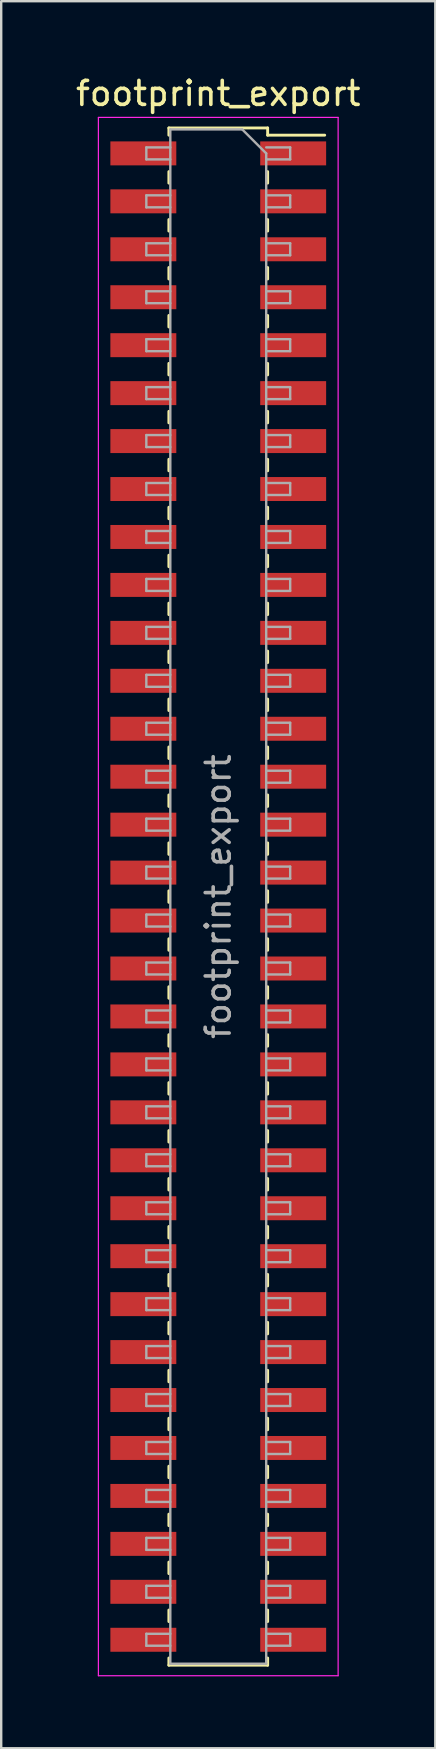
<source format=kicad_pcb>
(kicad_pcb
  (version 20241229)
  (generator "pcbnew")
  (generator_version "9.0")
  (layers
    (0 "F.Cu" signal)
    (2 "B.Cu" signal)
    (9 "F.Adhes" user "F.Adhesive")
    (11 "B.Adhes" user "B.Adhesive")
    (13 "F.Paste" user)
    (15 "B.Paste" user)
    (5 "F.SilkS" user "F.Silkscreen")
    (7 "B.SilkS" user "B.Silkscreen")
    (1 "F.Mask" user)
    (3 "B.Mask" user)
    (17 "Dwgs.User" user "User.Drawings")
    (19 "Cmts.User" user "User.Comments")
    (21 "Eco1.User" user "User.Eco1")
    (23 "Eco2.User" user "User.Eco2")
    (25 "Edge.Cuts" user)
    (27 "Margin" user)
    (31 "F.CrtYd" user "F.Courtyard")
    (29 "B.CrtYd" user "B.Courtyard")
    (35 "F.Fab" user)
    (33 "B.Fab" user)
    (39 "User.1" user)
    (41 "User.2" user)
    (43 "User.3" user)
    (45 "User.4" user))
  (footprint "footprint_export"
    (layer "F.Cu")
    (at 6.054 34.348)
    (property "Reference" "footprint_export" (at 0 -33.5 0) (layer "F.SilkS") (effects (font (size 1 1) (thickness 0.15))))
    (attr smd)
    (fp_line (start -2.06 -32.06) (end -2.06 -31.76) (stroke (width 0.12) (type solid)) (layer "F.SilkS"))
    (fp_line (start -2.06 -32.06) (end 2.06 -32.06) (stroke (width 0.12) (type solid)) (layer "F.SilkS"))
    (fp_line (start -2.06 -30.24) (end -2.06 -29.76) (stroke (width 0.12) (type solid)) (layer "F.SilkS"))
    (fp_line (start -2.06 -28.24) (end -2.06 -27.76) (stroke (width 0.12) (type solid)) (layer "F.SilkS"))
    (fp_line (start -2.06 -26.24) (end -2.06 -25.76) (stroke (width 0.12) (type solid)) (layer "F.SilkS"))
    (fp_line (start -2.06 -24.24) (end -2.06 -23.76) (stroke (width 0.12) (type solid)) (layer "F.SilkS"))
    (fp_line (start -2.06 -22.24) (end -2.06 -21.76) (stroke (width 0.12) (type solid)) (layer "F.SilkS"))
    (fp_line (start -2.06 -20.24) (end -2.06 -19.76) (stroke (width 0.12) (type solid)) (layer "F.SilkS"))
    (fp_line (start -2.06 -18.24) (end -2.06 -17.76) (stroke (width 0.12) (type solid)) (layer "F.SilkS"))
    (fp_line (start -2.06 -16.24) (end -2.06 -15.76) (stroke (width 0.12) (type solid)) (layer "F.SilkS"))
    (fp_line (start -2.06 -14.24) (end -2.06 -13.76) (stroke (width 0.12) (type solid)) (layer "F.SilkS"))
    (fp_line (start -2.06 -12.24) (end -2.06 -11.76) (stroke (width 0.12) (type solid)) (layer "F.SilkS"))
    (fp_line (start -2.06 -10.24) (end -2.06 -9.76) (stroke (width 0.12) (type solid)) (layer "F.SilkS"))
    (fp_line (start -2.06 -8.24) (end -2.06 -7.76) (stroke (width 0.12) (type solid)) (layer "F.SilkS"))
    (fp_line (start -2.06 -6.24) (end -2.06 -5.76) (stroke (width 0.12) (type solid)) (layer "F.SilkS"))
    (fp_line (start -2.06 -4.24) (end -2.06 -3.76) (stroke (width 0.12) (type solid)) (layer "F.SilkS"))
    (fp_line (start -2.06 -2.24) (end -2.06 -1.76) (stroke (width 0.12) (type solid)) (layer "F.SilkS"))
    (fp_line (start -2.06 -0.24) (end -2.06 0.24) (stroke (width 0.12) (type solid)) (layer "F.SilkS"))
    (fp_line (start -2.06 1.76) (end -2.06 2.24) (stroke (width 0.12) (type solid)) (layer "F.SilkS"))
    (fp_line (start -2.06 3.76) (end -2.06 4.24) (stroke (width 0.12) (type solid)) (layer "F.SilkS"))
    (fp_line (start -2.06 5.76) (end -2.06 6.24) (stroke (width 0.12) (type solid)) (layer "F.SilkS"))
    (fp_line (start -2.06 7.76) (end -2.06 8.24) (stroke (width 0.12) (type solid)) (layer "F.SilkS"))
    (fp_line (start -2.06 9.76) (end -2.06 10.24) (stroke (width 0.12) (type solid)) (layer "F.SilkS"))
    (fp_line (start -2.06 11.76) (end -2.06 12.24) (stroke (width 0.12) (type solid)) (layer "F.SilkS"))
    (fp_line (start -2.06 13.76) (end -2.06 14.24) (stroke (width 0.12) (type solid)) (layer "F.SilkS"))
    (fp_line (start -2.06 15.76) (end -2.06 16.24) (stroke (width 0.12) (type solid)) (layer "F.SilkS"))
    (fp_line (start -2.06 17.76) (end -2.06 18.24) (stroke (width 0.12) (type solid)) (layer "F.SilkS"))
    (fp_line (start -2.06 19.76) (end -2.06 20.24) (stroke (width 0.12) (type solid)) (layer "F.SilkS"))
    (fp_line (start -2.06 21.76) (end -2.06 22.24) (stroke (width 0.12) (type solid)) (layer "F.SilkS"))
    (fp_line (start -2.06 23.76) (end -2.06 24.24) (stroke (width 0.12) (type solid)) (layer "F.SilkS"))
    (fp_line (start -2.06 25.76) (end -2.06 26.24) (stroke (width 0.12) (type solid)) (layer "F.SilkS"))
    (fp_line (start -2.06 27.76) (end -2.06 28.24) (stroke (width 0.12) (type solid)) (layer "F.SilkS"))
    (fp_line (start -2.06 29.76) (end -2.06 30.24) (stroke (width 0.12) (type solid)) (layer "F.SilkS"))
    (fp_line (start -2.06 31.76) (end -2.06 32.06) (stroke (width 0.12) (type solid)) (layer "F.SilkS"))
    (fp_line (start -2.06 32.06) (end 2.06 32.06) (stroke (width 0.12) (type solid)) (layer "F.SilkS"))
    (fp_line (start 2.06 -32.06) (end 2.06 -31.76) (stroke (width 0.12) (type solid)) (layer "F.SilkS"))
    (fp_line (start 2.06 -31.76) (end 4.44 -31.76) (stroke (width 0.12) (type solid)) (layer "F.SilkS"))
    (fp_line (start 2.06 -30.24) (end 2.06 -29.76) (stroke (width 0.12) (type solid)) (layer "F.SilkS"))
    (fp_line (start 2.06 -28.24) (end 2.06 -27.76) (stroke (width 0.12) (type solid)) (layer "F.SilkS"))
    (fp_line (start 2.06 -26.24) (end 2.06 -25.76) (stroke (width 0.12) (type solid)) (layer "F.SilkS"))
    (fp_line (start 2.06 -24.24) (end 2.06 -23.76) (stroke (width 0.12) (type solid)) (layer "F.SilkS"))
    (fp_line (start 2.06 -22.24) (end 2.06 -21.76) (stroke (width 0.12) (type solid)) (layer "F.SilkS"))
    (fp_line (start 2.06 -20.24) (end 2.06 -19.76) (stroke (width 0.12) (type solid)) (layer "F.SilkS"))
    (fp_line (start 2.06 -18.24) (end 2.06 -17.76) (stroke (width 0.12) (type solid)) (layer "F.SilkS"))
    (fp_line (start 2.06 -16.24) (end 2.06 -15.76) (stroke (width 0.12) (type solid)) (layer "F.SilkS"))
    (fp_line (start 2.06 -14.24) (end 2.06 -13.76) (stroke (width 0.12) (type solid)) (layer "F.SilkS"))
    (fp_line (start 2.06 -12.24) (end 2.06 -11.76) (stroke (width 0.12) (type solid)) (layer "F.SilkS"))
    (fp_line (start 2.06 -10.24) (end 2.06 -9.76) (stroke (width 0.12) (type solid)) (layer "F.SilkS"))
    (fp_line (start 2.06 -8.24) (end 2.06 -7.76) (stroke (width 0.12) (type solid)) (layer "F.SilkS"))
    (fp_line (start 2.06 -6.24) (end 2.06 -5.76) (stroke (width 0.12) (type solid)) (layer "F.SilkS"))
    (fp_line (start 2.06 -4.24) (end 2.06 -3.76) (stroke (width 0.12) (type solid)) (layer "F.SilkS"))
    (fp_line (start 2.06 -2.24) (end 2.06 -1.76) (stroke (width 0.12) (type solid)) (layer "F.SilkS"))
    (fp_line (start 2.06 -0.24) (end 2.06 0.24) (stroke (width 0.12) (type solid)) (layer "F.SilkS"))
    (fp_line (start 2.06 1.76) (end 2.06 2.24) (stroke (width 0.12) (type solid)) (layer "F.SilkS"))
    (fp_line (start 2.06 3.76) (end 2.06 4.24) (stroke (width 0.12) (type solid)) (layer "F.SilkS"))
    (fp_line (start 2.06 5.76) (end 2.06 6.24) (stroke (width 0.12) (type solid)) (layer "F.SilkS"))
    (fp_line (start 2.06 7.76) (end 2.06 8.24) (stroke (width 0.12) (type solid)) (layer "F.SilkS"))
    (fp_line (start 2.06 9.76) (end 2.06 10.24) (stroke (width 0.12) (type solid)) (layer "F.SilkS"))
    (fp_line (start 2.06 11.76) (end 2.06 12.24) (stroke (width 0.12) (type solid)) (layer "F.SilkS"))
    (fp_line (start 2.06 13.76) (end 2.06 14.24) (stroke (width 0.12) (type solid)) (layer "F.SilkS"))
    (fp_line (start 2.06 15.76) (end 2.06 16.24) (stroke (width 0.12) (type solid)) (layer "F.SilkS"))
    (fp_line (start 2.06 17.76) (end 2.06 18.24) (stroke (width 0.12) (type solid)) (layer "F.SilkS"))
    (fp_line (start 2.06 19.76) (end 2.06 20.24) (stroke (width 0.12) (type solid)) (layer "F.SilkS"))
    (fp_line (start 2.06 21.76) (end 2.06 22.24) (stroke (width 0.12) (type solid)) (layer "F.SilkS"))
    (fp_line (start 2.06 23.76) (end 2.06 24.24) (stroke (width 0.12) (type solid)) (layer "F.SilkS"))
    (fp_line (start 2.06 25.76) (end 2.06 26.24) (stroke (width 0.12) (type solid)) (layer "F.SilkS"))
    (fp_line (start 2.06 27.76) (end 2.06 28.24) (stroke (width 0.12) (type solid)) (layer "F.SilkS"))
    (fp_line (start 2.06 29.76) (end 2.06 30.24) (stroke (width 0.12) (type solid)) (layer "F.SilkS"))
    (fp_line (start 2.06 31.76) (end 2.06 32.06) (stroke (width 0.12) (type solid)) (layer "F.SilkS"))
    (fp_line (start -5 -32.5) (end 5 -32.5) (stroke (width 0.05) (type solid)) (layer "F.CrtYd"))
    (fp_line (start -5 32.5) (end -5 -32.5) (stroke (width 0.05) (type solid)) (layer "F.CrtYd"))
    (fp_line (start 5 -32.5) (end 5 32.5) (stroke (width 0.05) (type solid)) (layer "F.CrtYd"))
    (fp_line (start 5 32.5) (end -5 32.5) (stroke (width 0.05) (type solid)) (layer "F.CrtYd"))
    (fp_line (start -3 -31.25) (end -2 -31.25) (stroke (width 0.1) (type solid)) (layer "F.Fab"))
    (fp_line (start -3 -30.75) (end -3 -31.25) (stroke (width 0.1) (type solid)) (layer "F.Fab"))
    (fp_line (start -3 -29.25) (end -2 -29.25) (stroke (width 0.1) (type solid)) (layer "F.Fab"))
    (fp_line (start -3 -28.75) (end -3 -29.25) (stroke (width 0.1) (type solid)) (layer "F.Fab"))
    (fp_line (start -3 -27.25) (end -2 -27.25) (stroke (width 0.1) (type solid)) (layer "F.Fab"))
    (fp_line (start -3 -26.75) (end -3 -27.25) (stroke (width 0.1) (type solid)) (layer "F.Fab"))
    (fp_line (start -3 -25.25) (end -2 -25.25) (stroke (width 0.1) (type solid)) (layer "F.Fab"))
    (fp_line (start -3 -24.75) (end -3 -25.25) (stroke (width 0.1) (type solid)) (layer "F.Fab"))
    (fp_line (start -3 -23.25) (end -2 -23.25) (stroke (width 0.1) (type solid)) (layer "F.Fab"))
    (fp_line (start -3 -22.75) (end -3 -23.25) (stroke (width 0.1) (type solid)) (layer "F.Fab"))
    (fp_line (start -3 -21.25) (end -2 -21.25) (stroke (width 0.1) (type solid)) (layer "F.Fab"))
    (fp_line (start -3 -20.75) (end -3 -21.25) (stroke (width 0.1) (type solid)) (layer "F.Fab"))
    (fp_line (start -3 -19.25) (end -2 -19.25) (stroke (width 0.1) (type solid)) (layer "F.Fab"))
    (fp_line (start -3 -18.75) (end -3 -19.25) (stroke (width 0.1) (type solid)) (layer "F.Fab"))
    (fp_line (start -3 -17.25) (end -2 -17.25) (stroke (width 0.1) (type solid)) (layer "F.Fab"))
    (fp_line (start -3 -16.75) (end -3 -17.25) (stroke (width 0.1) (type solid)) (layer "F.Fab"))
    (fp_line (start -3 -15.25) (end -2 -15.25) (stroke (width 0.1) (type solid)) (layer "F.Fab"))
    (fp_line (start -3 -14.75) (end -3 -15.25) (stroke (width 0.1) (type solid)) (layer "F.Fab"))
    (fp_line (start -3 -13.25) (end -2 -13.25) (stroke (width 0.1) (type solid)) (layer "F.Fab"))
    (fp_line (start -3 -12.75) (end -3 -13.25) (stroke (width 0.1) (type solid)) (layer "F.Fab"))
    (fp_line (start -3 -11.25) (end -2 -11.25) (stroke (width 0.1) (type solid)) (layer "F.Fab"))
    (fp_line (start -3 -10.75) (end -3 -11.25) (stroke (width 0.1) (type solid)) (layer "F.Fab"))
    (fp_line (start -3 -9.25) (end -2 -9.25) (stroke (width 0.1) (type solid)) (layer "F.Fab"))
    (fp_line (start -3 -8.75) (end -3 -9.25) (stroke (width 0.1) (type solid)) (layer "F.Fab"))
    (fp_line (start -3 -7.25) (end -2 -7.25) (stroke (width 0.1) (type solid)) (layer "F.Fab"))
    (fp_line (start -3 -6.75) (end -3 -7.25) (stroke (width 0.1) (type solid)) (layer "F.Fab"))
    (fp_line (start -3 -5.25) (end -2 -5.25) (stroke (width 0.1) (type solid)) (layer "F.Fab"))
    (fp_line (start -3 -4.75) (end -3 -5.25) (stroke (width 0.1) (type solid)) (layer "F.Fab"))
    (fp_line (start -3 -3.25) (end -2 -3.25) (stroke (width 0.1) (type solid)) (layer "F.Fab"))
    (fp_line (start -3 -2.75) (end -3 -3.25) (stroke (width 0.1) (type solid)) (layer "F.Fab"))
    (fp_line (start -3 -1.25) (end -2 -1.25) (stroke (width 0.1) (type solid)) (layer "F.Fab"))
    (fp_line (start -3 -0.75) (end -3 -1.25) (stroke (width 0.1) (type solid)) (layer "F.Fab"))
    (fp_line (start -3 0.75) (end -2 0.75) (stroke (width 0.1) (type solid)) (layer "F.Fab"))
    (fp_line (start -3 1.25) (end -3 0.75) (stroke (width 0.1) (type solid)) (layer "F.Fab"))
    (fp_line (start -3 2.75) (end -2 2.75) (stroke (width 0.1) (type solid)) (layer "F.Fab"))
    (fp_line (start -3 3.25) (end -3 2.75) (stroke (width 0.1) (type solid)) (layer "F.Fab"))
    (fp_line (start -3 4.75) (end -2 4.75) (stroke (width 0.1) (type solid)) (layer "F.Fab"))
    (fp_line (start -3 5.25) (end -3 4.75) (stroke (width 0.1) (type solid)) (layer "F.Fab"))
    (fp_line (start -3 6.75) (end -2 6.75) (stroke (width 0.1) (type solid)) (layer "F.Fab"))
    (fp_line (start -3 7.25) (end -3 6.75) (stroke (width 0.1) (type solid)) (layer "F.Fab"))
    (fp_line (start -3 8.75) (end -2 8.75) (stroke (width 0.1) (type solid)) (layer "F.Fab"))
    (fp_line (start -3 9.25) (end -3 8.75) (stroke (width 0.1) (type solid)) (layer "F.Fab"))
    (fp_line (start -3 10.75) (end -2 10.75) (stroke (width 0.1) (type solid)) (layer "F.Fab"))
    (fp_line (start -3 11.25) (end -3 10.75) (stroke (width 0.1) (type solid)) (layer "F.Fab"))
    (fp_line (start -3 12.75) (end -2 12.75) (stroke (width 0.1) (type solid)) (layer "F.Fab"))
    (fp_line (start -3 13.25) (end -3 12.75) (stroke (width 0.1) (type solid)) (layer "F.Fab"))
    (fp_line (start -3 14.75) (end -2 14.75) (stroke (width 0.1) (type solid)) (layer "F.Fab"))
    (fp_line (start -3 15.25) (end -3 14.75) (stroke (width 0.1) (type solid)) (layer "F.Fab"))
    (fp_line (start -3 16.75) (end -2 16.75) (stroke (width 0.1) (type solid)) (layer "F.Fab"))
    (fp_line (start -3 17.25) (end -3 16.75) (stroke (width 0.1) (type solid)) (layer "F.Fab"))
    (fp_line (start -3 18.75) (end -2 18.75) (stroke (width 0.1) (type solid)) (layer "F.Fab"))
    (fp_line (start -3 19.25) (end -3 18.75) (stroke (width 0.1) (type solid)) (layer "F.Fab"))
    (fp_line (start -3 20.75) (end -2 20.75) (stroke (width 0.1) (type solid)) (layer "F.Fab"))
    (fp_line (start -3 21.25) (end -3 20.75) (stroke (width 0.1) (type solid)) (layer "F.Fab"))
    (fp_line (start -3 22.75) (end -2 22.75) (stroke (width 0.1) (type solid)) (layer "F.Fab"))
    (fp_line (start -3 23.25) (end -3 22.75) (stroke (width 0.1) (type solid)) (layer "F.Fab"))
    (fp_line (start -3 24.75) (end -2 24.75) (stroke (width 0.1) (type solid)) (layer "F.Fab"))
    (fp_line (start -3 25.25) (end -3 24.75) (stroke (width 0.1) (type solid)) (layer "F.Fab"))
    (fp_line (start -3 26.75) (end -2 26.75) (stroke (width 0.1) (type solid)) (layer "F.Fab"))
    (fp_line (start -3 27.25) (end -3 26.75) (stroke (width 0.1) (type solid)) (layer "F.Fab"))
    (fp_line (start -3 28.75) (end -2 28.75) (stroke (width 0.1) (type solid)) (layer "F.Fab"))
    (fp_line (start -3 29.25) (end -3 28.75) (stroke (width 0.1) (type solid)) (layer "F.Fab"))
    (fp_line (start -3 30.75) (end -2 30.75) (stroke (width 0.1) (type solid)) (layer "F.Fab"))
    (fp_line (start -3 31.25) (end -3 30.75) (stroke (width 0.1) (type solid)) (layer "F.Fab"))
    (fp_line (start -2 -32) (end 1 -32) (stroke (width 0.1) (type solid)) (layer "F.Fab"))
    (fp_line (start -2 -30.75) (end -3 -30.75) (stroke (width 0.1) (type solid)) (layer "F.Fab"))
    (fp_line (start -2 -28.75) (end -3 -28.75) (stroke (width 0.1) (type solid)) (layer "F.Fab"))
    (fp_line (start -2 -26.75) (end -3 -26.75) (stroke (width 0.1) (type solid)) (layer "F.Fab"))
    (fp_line (start -2 -24.75) (end -3 -24.75) (stroke (width 0.1) (type solid)) (layer "F.Fab"))
    (fp_line (start -2 -22.75) (end -3 -22.75) (stroke (width 0.1) (type solid)) (layer "F.Fab"))
    (fp_line (start -2 -20.75) (end -3 -20.75) (stroke (width 0.1) (type solid)) (layer "F.Fab"))
    (fp_line (start -2 -18.75) (end -3 -18.75) (stroke (width 0.1) (type solid)) (layer "F.Fab"))
    (fp_line (start -2 -16.75) (end -3 -16.75) (stroke (width 0.1) (type solid)) (layer "F.Fab"))
    (fp_line (start -2 -14.75) (end -3 -14.75) (stroke (width 0.1) (type solid)) (layer "F.Fab"))
    (fp_line (start -2 -12.75) (end -3 -12.75) (stroke (width 0.1) (type solid)) (layer "F.Fab"))
    (fp_line (start -2 -10.75) (end -3 -10.75) (stroke (width 0.1) (type solid)) (layer "F.Fab"))
    (fp_line (start -2 -8.75) (end -3 -8.75) (stroke (width 0.1) (type solid)) (layer "F.Fab"))
    (fp_line (start -2 -6.75) (end -3 -6.75) (stroke (width 0.1) (type solid)) (layer "F.Fab"))
    (fp_line (start -2 -4.75) (end -3 -4.75) (stroke (width 0.1) (type solid)) (layer "F.Fab"))
    (fp_line (start -2 -2.75) (end -3 -2.75) (stroke (width 0.1) (type solid)) (layer "F.Fab"))
    (fp_line (start -2 -0.75) (end -3 -0.75) (stroke (width 0.1) (type solid)) (layer "F.Fab"))
    (fp_line (start -2 1.25) (end -3 1.25) (stroke (width 0.1) (type solid)) (layer "F.Fab"))
    (fp_line (start -2 3.25) (end -3 3.25) (stroke (width 0.1) (type solid)) (layer "F.Fab"))
    (fp_line (start -2 5.25) (end -3 5.25) (stroke (width 0.1) (type solid)) (layer "F.Fab"))
    (fp_line (start -2 7.25) (end -3 7.25) (stroke (width 0.1) (type solid)) (layer "F.Fab"))
    (fp_line (start -2 9.25) (end -3 9.25) (stroke (width 0.1) (type solid)) (layer "F.Fab"))
    (fp_line (start -2 11.25) (end -3 11.25) (stroke (width 0.1) (type solid)) (layer "F.Fab"))
    (fp_line (start -2 13.25) (end -3 13.25) (stroke (width 0.1) (type solid)) (layer "F.Fab"))
    (fp_line (start -2 15.25) (end -3 15.25) (stroke (width 0.1) (type solid)) (layer "F.Fab"))
    (fp_line (start -2 17.25) (end -3 17.25) (stroke (width 0.1) (type solid)) (layer "F.Fab"))
    (fp_line (start -2 19.25) (end -3 19.25) (stroke (width 0.1) (type solid)) (layer "F.Fab"))
    (fp_line (start -2 21.25) (end -3 21.25) (stroke (width 0.1) (type solid)) (layer "F.Fab"))
    (fp_line (start -2 23.25) (end -3 23.25) (stroke (width 0.1) (type solid)) (layer "F.Fab"))
    (fp_line (start -2 25.25) (end -3 25.25) (stroke (width 0.1) (type solid)) (layer "F.Fab"))
    (fp_line (start -2 27.25) (end -3 27.25) (stroke (width 0.1) (type solid)) (layer "F.Fab"))
    (fp_line (start -2 29.25) (end -3 29.25) (stroke (width 0.1) (type solid)) (layer "F.Fab"))
    (fp_line (start -2 31.25) (end -3 31.25) (stroke (width 0.1) (type solid)) (layer "F.Fab"))
    (fp_line (start -2 32) (end -2 -32) (stroke (width 0.1) (type solid)) (layer "F.Fab"))
    (fp_line (start 1 -32) (end 2 -31) (stroke (width 0.1) (type solid)) (layer "F.Fab"))
    (fp_line (start 2 -31.25) (end 3 -31.25) (stroke (width 0.1) (type solid)) (layer "F.Fab"))
    (fp_line (start 2 -31) (end 2 32) (stroke (width 0.1) (type solid)) (layer "F.Fab"))
    (fp_line (start 2 -29.25) (end 3 -29.25) (stroke (width 0.1) (type solid)) (layer "F.Fab"))
    (fp_line (start 2 -27.25) (end 3 -27.25) (stroke (width 0.1) (type solid)) (layer "F.Fab"))
    (fp_line (start 2 -25.25) (end 3 -25.25) (stroke (width 0.1) (type solid)) (layer "F.Fab"))
    (fp_line (start 2 -23.25) (end 3 -23.25) (stroke (width 0.1) (type solid)) (layer "F.Fab"))
    (fp_line (start 2 -21.25) (end 3 -21.25) (stroke (width 0.1) (type solid)) (layer "F.Fab"))
    (fp_line (start 2 -19.25) (end 3 -19.25) (stroke (width 0.1) (type solid)) (layer "F.Fab"))
    (fp_line (start 2 -17.25) (end 3 -17.25) (stroke (width 0.1) (type solid)) (layer "F.Fab"))
    (fp_line (start 2 -15.25) (end 3 -15.25) (stroke (width 0.1) (type solid)) (layer "F.Fab"))
    (fp_line (start 2 -13.25) (end 3 -13.25) (stroke (width 0.1) (type solid)) (layer "F.Fab"))
    (fp_line (start 2 -11.25) (end 3 -11.25) (stroke (width 0.1) (type solid)) (layer "F.Fab"))
    (fp_line (start 2 -9.25) (end 3 -9.25) (stroke (width 0.1) (type solid)) (layer "F.Fab"))
    (fp_line (start 2 -7.25) (end 3 -7.25) (stroke (width 0.1) (type solid)) (layer "F.Fab"))
    (fp_line (start 2 -5.25) (end 3 -5.25) (stroke (width 0.1) (type solid)) (layer "F.Fab"))
    (fp_line (start 2 -3.25) (end 3 -3.25) (stroke (width 0.1) (type solid)) (layer "F.Fab"))
    (fp_line (start 2 -1.25) (end 3 -1.25) (stroke (width 0.1) (type solid)) (layer "F.Fab"))
    (fp_line (start 2 0.75) (end 3 0.75) (stroke (width 0.1) (type solid)) (layer "F.Fab"))
    (fp_line (start 2 2.75) (end 3 2.75) (stroke (width 0.1) (type solid)) (layer "F.Fab"))
    (fp_line (start 2 4.75) (end 3 4.75) (stroke (width 0.1) (type solid)) (layer "F.Fab"))
    (fp_line (start 2 6.75) (end 3 6.75) (stroke (width 0.1) (type solid)) (layer "F.Fab"))
    (fp_line (start 2 8.75) (end 3 8.75) (stroke (width 0.1) (type solid)) (layer "F.Fab"))
    (fp_line (start 2 10.75) (end 3 10.75) (stroke (width 0.1) (type solid)) (layer "F.Fab"))
    (fp_line (start 2 12.75) (end 3 12.75) (stroke (width 0.1) (type solid)) (layer "F.Fab"))
    (fp_line (start 2 14.75) (end 3 14.75) (stroke (width 0.1) (type solid)) (layer "F.Fab"))
    (fp_line (start 2 16.75) (end 3 16.75) (stroke (width 0.1) (type solid)) (layer "F.Fab"))
    (fp_line (start 2 18.75) (end 3 18.75) (stroke (width 0.1) (type solid)) (layer "F.Fab"))
    (fp_line (start 2 20.75) (end 3 20.75) (stroke (width 0.1) (type solid)) (layer "F.Fab"))
    (fp_line (start 2 22.75) (end 3 22.75) (stroke (width 0.1) (type solid)) (layer "F.Fab"))
    (fp_line (start 2 24.75) (end 3 24.75) (stroke (width 0.1) (type solid)) (layer "F.Fab"))
    (fp_line (start 2 26.75) (end 3 26.75) (stroke (width 0.1) (type solid)) (layer "F.Fab"))
    (fp_line (start 2 28.75) (end 3 28.75) (stroke (width 0.1) (type solid)) (layer "F.Fab"))
    (fp_line (start 2 30.75) (end 3 30.75) (stroke (width 0.1) (type solid)) (layer "F.Fab"))
    (fp_line (start 2 32) (end -2 32) (stroke (width 0.1) (type solid)) (layer "F.Fab"))
    (fp_line (start 3 -31.25) (end 3 -30.75) (stroke (width 0.1) (type solid)) (layer "F.Fab"))
    (fp_line (start 3 -30.75) (end 2 -30.75) (stroke (width 0.1) (type solid)) (layer "F.Fab"))
    (fp_line (start 3 -29.25) (end 3 -28.75) (stroke (width 0.1) (type solid)) (layer "F.Fab"))
    (fp_line (start 3 -28.75) (end 2 -28.75) (stroke (width 0.1) (type solid)) (layer "F.Fab"))
    (fp_line (start 3 -27.25) (end 3 -26.75) (stroke (width 0.1) (type solid)) (layer "F.Fab"))
    (fp_line (start 3 -26.75) (end 2 -26.75) (stroke (width 0.1) (type solid)) (layer "F.Fab"))
    (fp_line (start 3 -25.25) (end 3 -24.75) (stroke (width 0.1) (type solid)) (layer "F.Fab"))
    (fp_line (start 3 -24.75) (end 2 -24.75) (stroke (width 0.1) (type solid)) (layer "F.Fab"))
    (fp_line (start 3 -23.25) (end 3 -22.75) (stroke (width 0.1) (type solid)) (layer "F.Fab"))
    (fp_line (start 3 -22.75) (end 2 -22.75) (stroke (width 0.1) (type solid)) (layer "F.Fab"))
    (fp_line (start 3 -21.25) (end 3 -20.75) (stroke (width 0.1) (type solid)) (layer "F.Fab"))
    (fp_line (start 3 -20.75) (end 2 -20.75) (stroke (width 0.1) (type solid)) (layer "F.Fab"))
    (fp_line (start 3 -19.25) (end 3 -18.75) (stroke (width 0.1) (type solid)) (layer "F.Fab"))
    (fp_line (start 3 -18.75) (end 2 -18.75) (stroke (width 0.1) (type solid)) (layer "F.Fab"))
    (fp_line (start 3 -17.25) (end 3 -16.75) (stroke (width 0.1) (type solid)) (layer "F.Fab"))
    (fp_line (start 3 -16.75) (end 2 -16.75) (stroke (width 0.1) (type solid)) (layer "F.Fab"))
    (fp_line (start 3 -15.25) (end 3 -14.75) (stroke (width 0.1) (type solid)) (layer "F.Fab"))
    (fp_line (start 3 -14.75) (end 2 -14.75) (stroke (width 0.1) (type solid)) (layer "F.Fab"))
    (fp_line (start 3 -13.25) (end 3 -12.75) (stroke (width 0.1) (type solid)) (layer "F.Fab"))
    (fp_line (start 3 -12.75) (end 2 -12.75) (stroke (width 0.1) (type solid)) (layer "F.Fab"))
    (fp_line (start 3 -11.25) (end 3 -10.75) (stroke (width 0.1) (type solid)) (layer "F.Fab"))
    (fp_line (start 3 -10.75) (end 2 -10.75) (stroke (width 0.1) (type solid)) (layer "F.Fab"))
    (fp_line (start 3 -9.25) (end 3 -8.75) (stroke (width 0.1) (type solid)) (layer "F.Fab"))
    (fp_line (start 3 -8.75) (end 2 -8.75) (stroke (width 0.1) (type solid)) (layer "F.Fab"))
    (fp_line (start 3 -7.25) (end 3 -6.75) (stroke (width 0.1) (type solid)) (layer "F.Fab"))
    (fp_line (start 3 -6.75) (end 2 -6.75) (stroke (width 0.1) (type solid)) (layer "F.Fab"))
    (fp_line (start 3 -5.25) (end 3 -4.75) (stroke (width 0.1) (type solid)) (layer "F.Fab"))
    (fp_line (start 3 -4.75) (end 2 -4.75) (stroke (width 0.1) (type solid)) (layer "F.Fab"))
    (fp_line (start 3 -3.25) (end 3 -2.75) (stroke (width 0.1) (type solid)) (layer "F.Fab"))
    (fp_line (start 3 -2.75) (end 2 -2.75) (stroke (width 0.1) (type solid)) (layer "F.Fab"))
    (fp_line (start 3 -1.25) (end 3 -0.75) (stroke (width 0.1) (type solid)) (layer "F.Fab"))
    (fp_line (start 3 -0.75) (end 2 -0.75) (stroke (width 0.1) (type solid)) (layer "F.Fab"))
    (fp_line (start 3 0.75) (end 3 1.25) (stroke (width 0.1) (type solid)) (layer "F.Fab"))
    (fp_line (start 3 1.25) (end 2 1.25) (stroke (width 0.1) (type solid)) (layer "F.Fab"))
    (fp_line (start 3 2.75) (end 3 3.25) (stroke (width 0.1) (type solid)) (layer "F.Fab"))
    (fp_line (start 3 3.25) (end 2 3.25) (stroke (width 0.1) (type solid)) (layer "F.Fab"))
    (fp_line (start 3 4.75) (end 3 5.25) (stroke (width 0.1) (type solid)) (layer "F.Fab"))
    (fp_line (start 3 5.25) (end 2 5.25) (stroke (width 0.1) (type solid)) (layer "F.Fab"))
    (fp_line (start 3 6.75) (end 3 7.25) (stroke (width 0.1) (type solid)) (layer "F.Fab"))
    (fp_line (start 3 7.25) (end 2 7.25) (stroke (width 0.1) (type solid)) (layer "F.Fab"))
    (fp_line (start 3 8.75) (end 3 9.25) (stroke (width 0.1) (type solid)) (layer "F.Fab"))
    (fp_line (start 3 9.25) (end 2 9.25) (stroke (width 0.1) (type solid)) (layer "F.Fab"))
    (fp_line (start 3 10.75) (end 3 11.25) (stroke (width 0.1) (type solid)) (layer "F.Fab"))
    (fp_line (start 3 11.25) (end 2 11.25) (stroke (width 0.1) (type solid)) (layer "F.Fab"))
    (fp_line (start 3 12.75) (end 3 13.25) (stroke (width 0.1) (type solid)) (layer "F.Fab"))
    (fp_line (start 3 13.25) (end 2 13.25) (stroke (width 0.1) (type solid)) (layer "F.Fab"))
    (fp_line (start 3 14.75) (end 3 15.25) (stroke (width 0.1) (type solid)) (layer "F.Fab"))
    (fp_line (start 3 15.25) (end 2 15.25) (stroke (width 0.1) (type solid)) (layer "F.Fab"))
    (fp_line (start 3 16.75) (end 3 17.25) (stroke (width 0.1) (type solid)) (layer "F.Fab"))
    (fp_line (start 3 17.25) (end 2 17.25) (stroke (width 0.1) (type solid)) (layer "F.Fab"))
    (fp_line (start 3 18.75) (end 3 19.25) (stroke (width 0.1) (type solid)) (layer "F.Fab"))
    (fp_line (start 3 19.25) (end 2 19.25) (stroke (width 0.1) (type solid)) (layer "F.Fab"))
    (fp_line (start 3 20.75) (end 3 21.25) (stroke (width 0.1) (type solid)) (layer "F.Fab"))
    (fp_line (start 3 21.25) (end 2 21.25) (stroke (width 0.1) (type solid)) (layer "F.Fab"))
    (fp_line (start 3 22.75) (end 3 23.25) (stroke (width 0.1) (type solid)) (layer "F.Fab"))
    (fp_line (start 3 23.25) (end 2 23.25) (stroke (width 0.1) (type solid)) (layer "F.Fab"))
    (fp_line (start 3 24.75) (end 3 25.25) (stroke (width 0.1) (type solid)) (layer "F.Fab"))
    (fp_line (start 3 25.25) (end 2 25.25) (stroke (width 0.1) (type solid)) (layer "F.Fab"))
    (fp_line (start 3 26.75) (end 3 27.25) (stroke (width 0.1) (type solid)) (layer "F.Fab"))
    (fp_line (start 3 27.25) (end 2 27.25) (stroke (width 0.1) (type solid)) (layer "F.Fab"))
    (fp_line (start 3 28.75) (end 3 29.25) (stroke (width 0.1) (type solid)) (layer "F.Fab"))
    (fp_line (start 3 29.25) (end 2 29.25) (stroke (width 0.1) (type solid)) (layer "F.Fab"))
    (fp_line (start 3 30.75) (end 3 31.25) (stroke (width 0.1) (type solid)) (layer "F.Fab"))
    (fp_line (start 3 31.25) (end 2 31.25) (stroke (width 0.1) (type solid)) (layer "F.Fab"))
    (fp_text user "${REFERENCE}" (at 0 0 90) (layer "F.Fab") (effects (font (size 1 1) (thickness 0.15))))
    (pad "1" smd rect (at 3.125 -31) (size 2.75 1) (layers "F.Cu" "F.Mask" "F.Paste"))
    (pad "2" smd rect (at -3.125 -31) (size 2.75 1) (layers "F.Cu" "F.Mask" "F.Paste"))
    (pad "3" smd rect (at 3.125 -29) (size 2.75 1) (layers "F.Cu" "F.Mask" "F.Paste"))
    (pad "4" smd rect (at -3.125 -29) (size 2.75 1) (layers "F.Cu" "F.Mask" "F.Paste"))
    (pad "5" smd rect (at 3.125 -27) (size 2.75 1) (layers "F.Cu" "F.Mask" "F.Paste"))
    (pad "6" smd rect (at -3.125 -27) (size 2.75 1) (layers "F.Cu" "F.Mask" "F.Paste"))
    (pad "7" smd rect (at 3.125 -25) (size 2.75 1) (layers "F.Cu" "F.Mask" "F.Paste"))
    (pad "8" smd rect (at -3.125 -25) (size 2.75 1) (layers "F.Cu" "F.Mask" "F.Paste"))
    (pad "9" smd rect (at 3.125 -23) (size 2.75 1) (layers "F.Cu" "F.Mask" "F.Paste"))
    (pad "10" smd rect (at -3.125 -23) (size 2.75 1) (layers "F.Cu" "F.Mask" "F.Paste"))
    (pad "11" smd rect (at 3.125 -21) (size 2.75 1) (layers "F.Cu" "F.Mask" "F.Paste"))
    (pad "12" smd rect (at -3.125 -21) (size 2.75 1) (layers "F.Cu" "F.Mask" "F.Paste"))
    (pad "13" smd rect (at 3.125 -19) (size 2.75 1) (layers "F.Cu" "F.Mask" "F.Paste"))
    (pad "14" smd rect (at -3.125 -19) (size 2.75 1) (layers "F.Cu" "F.Mask" "F.Paste"))
    (pad "15" smd rect (at 3.125 -17) (size 2.75 1) (layers "F.Cu" "F.Mask" "F.Paste"))
    (pad "16" smd rect (at -3.125 -17) (size 2.75 1) (layers "F.Cu" "F.Mask" "F.Paste"))
    (pad "17" smd rect (at 3.125 -15) (size 2.75 1) (layers "F.Cu" "F.Mask" "F.Paste"))
    (pad "18" smd rect (at -3.125 -15) (size 2.75 1) (layers "F.Cu" "F.Mask" "F.Paste"))
    (pad "19" smd rect (at 3.125 -13) (size 2.75 1) (layers "F.Cu" "F.Mask" "F.Paste"))
    (pad "20" smd rect (at -3.125 -13) (size 2.75 1) (layers "F.Cu" "F.Mask" "F.Paste"))
    (pad "21" smd rect (at 3.125 -11) (size 2.75 1) (layers "F.Cu" "F.Mask" "F.Paste"))
    (pad "22" smd rect (at -3.125 -11) (size 2.75 1) (layers "F.Cu" "F.Mask" "F.Paste"))
    (pad "23" smd rect (at 3.125 -9) (size 2.75 1) (layers "F.Cu" "F.Mask" "F.Paste"))
    (pad "24" smd rect (at -3.125 -9) (size 2.75 1) (layers "F.Cu" "F.Mask" "F.Paste"))
    (pad "25" smd rect (at 3.125 -7) (size 2.75 1) (layers "F.Cu" "F.Mask" "F.Paste"))
    (pad "26" smd rect (at -3.125 -7) (size 2.75 1) (layers "F.Cu" "F.Mask" "F.Paste"))
    (pad "27" smd rect (at 3.125 -5) (size 2.75 1) (layers "F.Cu" "F.Mask" "F.Paste"))
    (pad "28" smd rect (at -3.125 -5) (size 2.75 1) (layers "F.Cu" "F.Mask" "F.Paste"))
    (pad "29" smd rect (at 3.125 -3) (size 2.75 1) (layers "F.Cu" "F.Mask" "F.Paste"))
    (pad "30" smd rect (at -3.125 -3) (size 2.75 1) (layers "F.Cu" "F.Mask" "F.Paste"))
    (pad "31" smd rect (at 3.125 -1) (size 2.75 1) (layers "F.Cu" "F.Mask" "F.Paste"))
    (pad "32" smd rect (at -3.125 -1) (size 2.75 1) (layers "F.Cu" "F.Mask" "F.Paste"))
    (pad "33" smd rect (at 3.125 1) (size 2.75 1) (layers "F.Cu" "F.Mask" "F.Paste"))
    (pad "34" smd rect (at -3.125 1) (size 2.75 1) (layers "F.Cu" "F.Mask" "F.Paste"))
    (pad "35" smd rect (at 3.125 3) (size 2.75 1) (layers "F.Cu" "F.Mask" "F.Paste"))
    (pad "36" smd rect (at -3.125 3) (size 2.75 1) (layers "F.Cu" "F.Mask" "F.Paste"))
    (pad "37" smd rect (at 3.125 5) (size 2.75 1) (layers "F.Cu" "F.Mask" "F.Paste"))
    (pad "38" smd rect (at -3.125 5) (size 2.75 1) (layers "F.Cu" "F.Mask" "F.Paste"))
    (pad "39" smd rect (at 3.125 7) (size 2.75 1) (layers "F.Cu" "F.Mask" "F.Paste"))
    (pad "40" smd rect (at -3.125 7) (size 2.75 1) (layers "F.Cu" "F.Mask" "F.Paste"))
    (pad "41" smd rect (at 3.125 9) (size 2.75 1) (layers "F.Cu" "F.Mask" "F.Paste"))
    (pad "42" smd rect (at -3.125 9) (size 2.75 1) (layers "F.Cu" "F.Mask" "F.Paste"))
    (pad "43" smd rect (at 3.125 11) (size 2.75 1) (layers "F.Cu" "F.Mask" "F.Paste"))
    (pad "44" smd rect (at -3.125 11) (size 2.75 1) (layers "F.Cu" "F.Mask" "F.Paste"))
    (pad "45" smd rect (at 3.125 13) (size 2.75 1) (layers "F.Cu" "F.Mask" "F.Paste"))
    (pad "46" smd rect (at -3.125 13) (size 2.75 1) (layers "F.Cu" "F.Mask" "F.Paste"))
    (pad "47" smd rect (at 3.125 15) (size 2.75 1) (layers "F.Cu" "F.Mask" "F.Paste"))
    (pad "48" smd rect (at -3.125 15) (size 2.75 1) (layers "F.Cu" "F.Mask" "F.Paste"))
    (pad "49" smd rect (at 3.125 17) (size 2.75 1) (layers "F.Cu" "F.Mask" "F.Paste"))
    (pad "50" smd rect (at -3.125 17) (size 2.75 1) (layers "F.Cu" "F.Mask" "F.Paste"))
    (pad "51" smd rect (at 3.125 19) (size 2.75 1) (layers "F.Cu" "F.Mask" "F.Paste"))
    (pad "52" smd rect (at -3.125 19) (size 2.75 1) (layers "F.Cu" "F.Mask" "F.Paste"))
    (pad "53" smd rect (at 3.125 21) (size 2.75 1) (layers "F.Cu" "F.Mask" "F.Paste"))
    (pad "54" smd rect (at -3.125 21) (size 2.75 1) (layers "F.Cu" "F.Mask" "F.Paste"))
    (pad "55" smd rect (at 3.125 23) (size 2.75 1) (layers "F.Cu" "F.Mask" "F.Paste"))
    (pad "56" smd rect (at -3.125 23) (size 2.75 1) (layers "F.Cu" "F.Mask" "F.Paste"))
    (pad "57" smd rect (at 3.125 25) (size 2.75 1) (layers "F.Cu" "F.Mask" "F.Paste"))
    (pad "58" smd rect (at -3.125 25) (size 2.75 1) (layers "F.Cu" "F.Mask" "F.Paste"))
    (pad "59" smd rect (at 3.125 27) (size 2.75 1) (layers "F.Cu" "F.Mask" "F.Paste"))
    (pad "60" smd rect (at -3.125 27) (size 2.75 1) (layers "F.Cu" "F.Mask" "F.Paste"))
    (pad "61" smd rect (at 3.125 29) (size 2.75 1) (layers "F.Cu" "F.Mask" "F.Paste"))
    (pad "62" smd rect (at -3.125 29) (size 2.75 1) (layers "F.Cu" "F.Mask" "F.Paste"))
    (pad "63" smd rect (at 3.125 31) (size 2.75 1) (layers "F.Cu" "F.Mask" "F.Paste"))
    (pad "64" smd rect (at -3.125 31) (size 2.75 1) (layers "F.Cu" "F.Mask" "F.Paste")))
  (gr_rect
    (start -3 -3)
    (end 15.107 69.873)
    (stroke (width 0.1) (type default))
    (fill no)
    (layer "Edge.Cuts")))
</source>
